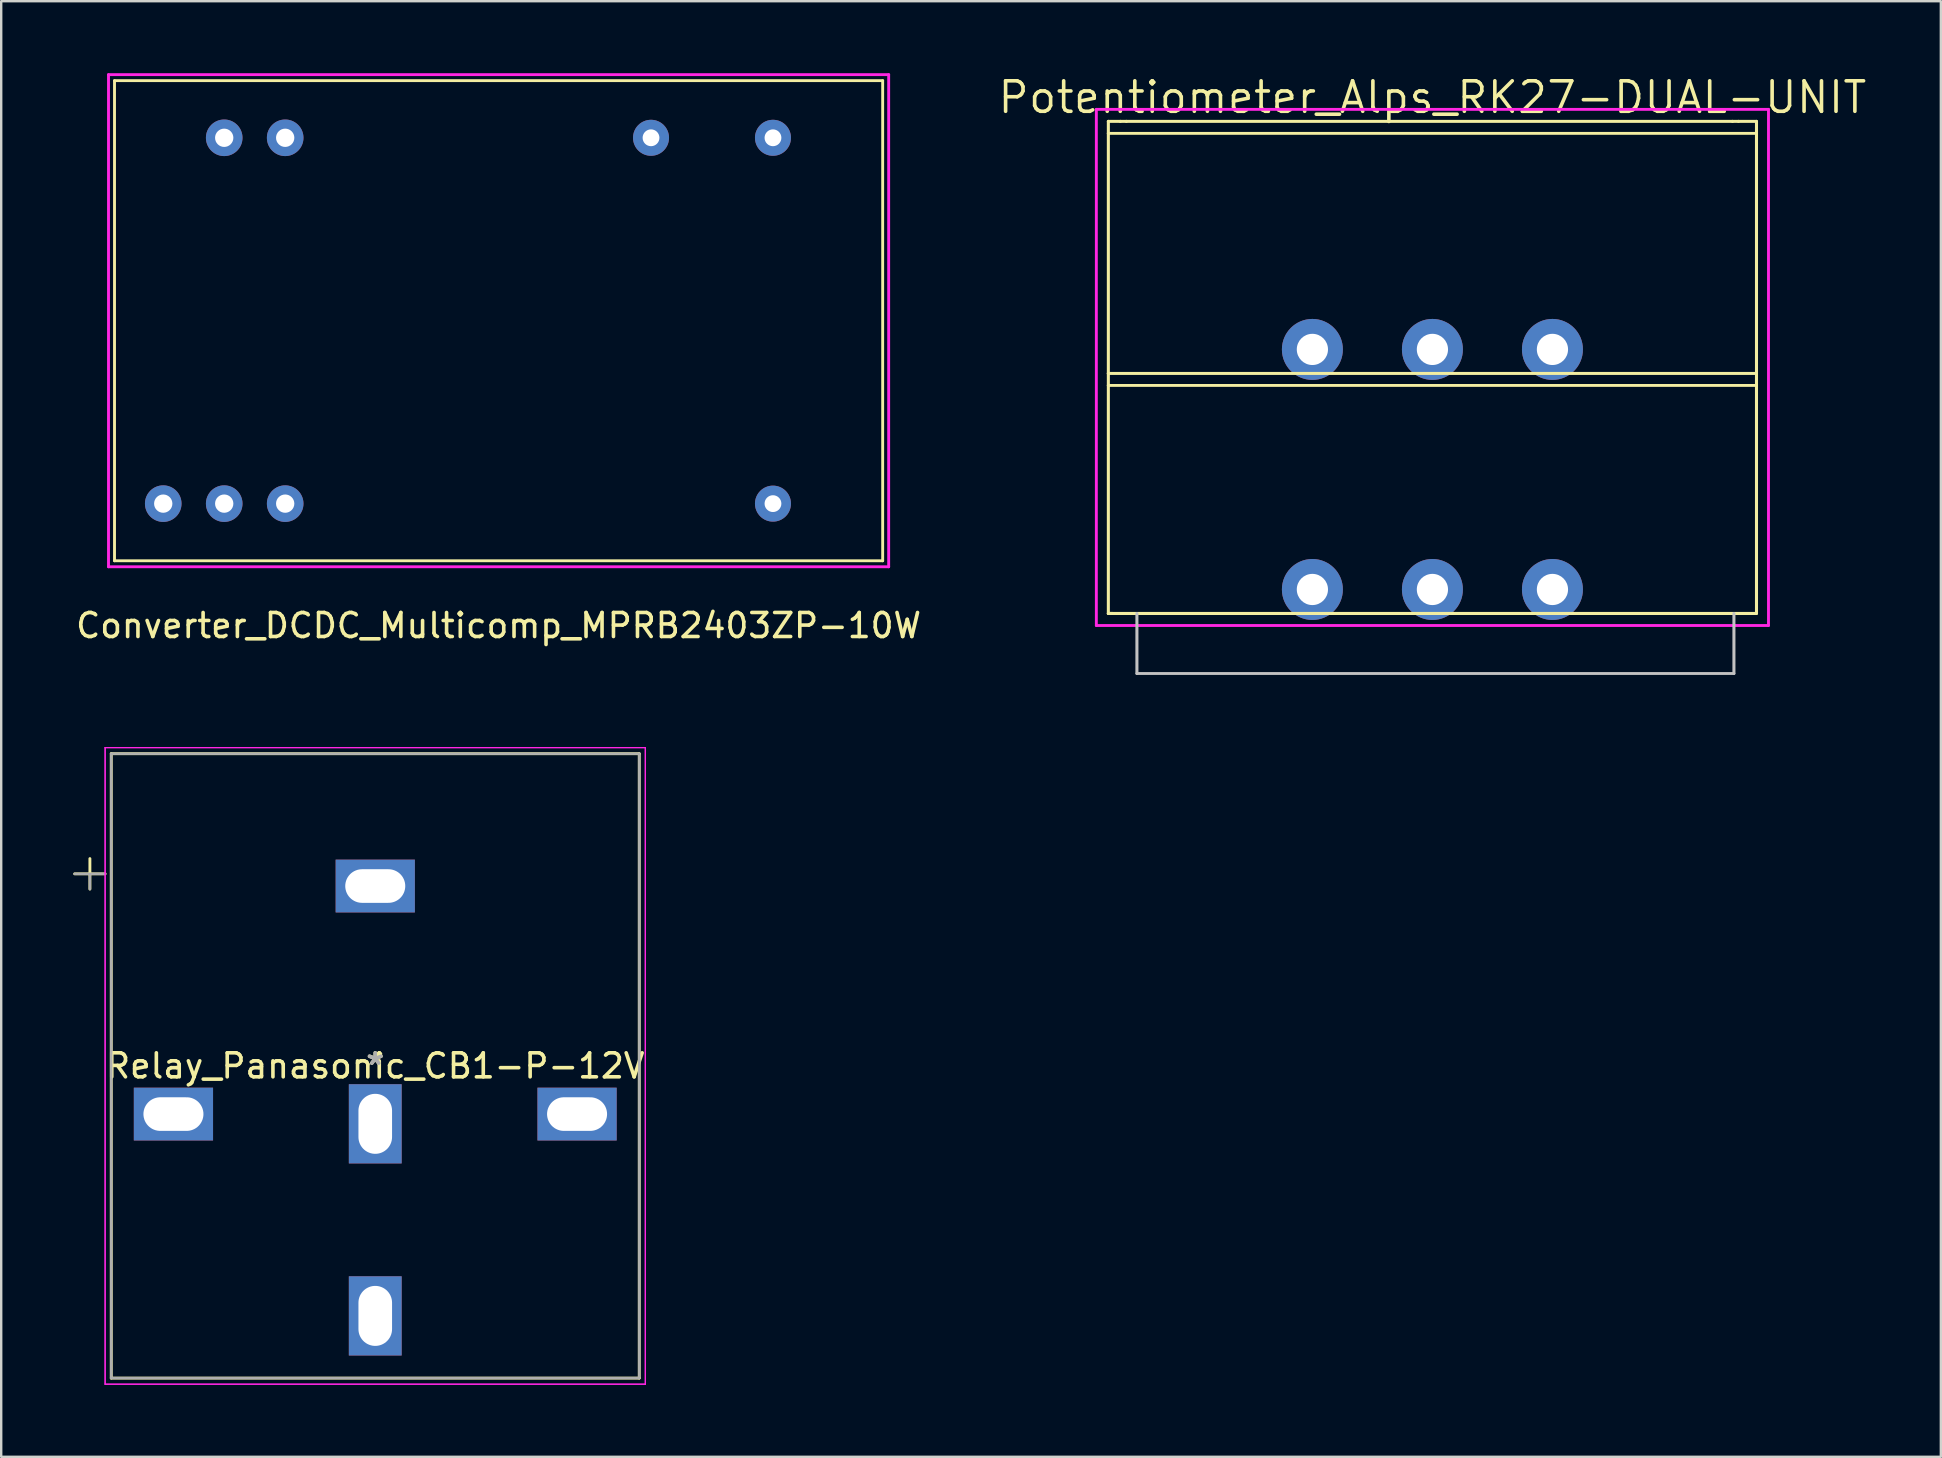
<source format=kicad_pcb>
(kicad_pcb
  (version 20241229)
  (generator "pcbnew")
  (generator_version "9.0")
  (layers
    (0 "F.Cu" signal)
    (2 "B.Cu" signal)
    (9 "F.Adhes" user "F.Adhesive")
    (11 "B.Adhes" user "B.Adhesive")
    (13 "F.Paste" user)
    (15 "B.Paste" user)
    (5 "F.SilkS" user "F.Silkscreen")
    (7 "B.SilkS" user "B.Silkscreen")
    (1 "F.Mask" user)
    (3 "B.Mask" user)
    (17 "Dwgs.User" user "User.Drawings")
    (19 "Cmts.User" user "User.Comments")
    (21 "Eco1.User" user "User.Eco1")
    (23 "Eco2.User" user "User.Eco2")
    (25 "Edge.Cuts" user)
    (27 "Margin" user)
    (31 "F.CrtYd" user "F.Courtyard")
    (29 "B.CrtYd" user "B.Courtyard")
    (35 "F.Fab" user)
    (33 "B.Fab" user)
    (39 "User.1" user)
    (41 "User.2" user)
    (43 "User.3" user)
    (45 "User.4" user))
  (footprint "Converter_DCDC_Multicomp_MPRB2403ZP-10W"
    (layer "F.Cu")
    (at 17.72 10.31)
    (property "Reference" "Converter_DCDC_Multicomp_MPRB2403ZP-10W" (at 0 12.7 0) (unlocked yes) (layer "F.SilkS") (effects (font (size 1 1) (thickness 0.15))))
    (attr through_hole)
    (fp_line (start -16 -10) (end -16 10) (stroke (width 0.12) (type solid)) (layer "F.SilkS"))
    (fp_line (start -16 10) (end 16 10) (stroke (width 0.12) (type solid)) (layer "F.SilkS"))
    (fp_line (start 16 -10) (end -16 -10) (stroke (width 0.12) (type solid)) (layer "F.SilkS"))
    (fp_line (start 16 10) (end 16 -10) (stroke (width 0.12) (type solid)) (layer "F.SilkS"))
    (fp_line (start -16.25 -10.25) (end 16.25 -10.25) (stroke (width 0.12) (type solid)) (layer "F.CrtYd"))
    (fp_line (start -16.25 10.25) (end -16.25 -10.25) (stroke (width 0.12) (type solid)) (layer "F.CrtYd"))
    (fp_line (start -16.25 10.25) (end 16.25 10.25) (stroke (width 0.12) (type solid)) (layer "F.CrtYd"))
    (fp_line (start 16.25 10.25) (end 16.25 -10.25) (stroke (width 0.12) (type solid)) (layer "F.CrtYd"))
    (pad "1" thru_hole circle (at -13.97 7.62) (size 1.524 1.524) (drill 0.762) (layers "*.Cu" "*.Mask"))
    (pad "2" thru_hole circle (at -11.43 7.62) (size 1.524 1.524) (drill 0.762) (layers "*.Cu" "*.Mask"))
    (pad "3" thru_hole circle (at -8.89 7.62) (size 1.524 1.524) (drill 0.762) (layers "*.Cu" "*.Mask"))
    (pad "11" thru_hole circle (at 11.43 7.62) (size 1.5 1.5) (drill 0.7) (layers "*.Cu" "*.Mask"))
    (pad "14" thru_hole circle (at 11.43 -7.62) (size 1.5 1.5) (drill 0.7) (layers "*.Cu" "*.Mask"))
    (pad "16" thru_hole circle (at 6.35 -7.62) (size 1.5 1.5) (drill 0.7) (layers "*.Cu" "*.Mask"))
    (pad "22" thru_hole circle (at -8.89 -7.62) (size 1.524 1.524) (drill 0.762) (layers "*.Cu" "*.Mask"))
    (pad "23" thru_hole circle (at -11.43 -7.62) (size 1.524 1.524) (drill 0.762) (layers "*.Cu" "*.Mask")))
  (footprint "Potentiometer_Alps_RK27-DUAL-UNIT"
    (layer "F.Cu")
    (at 56.621 21.506)
    (property "Reference" "Potentiometer_Alps_RK27-DUAL-UNIT" (at 0 -20.5 0) (layer "F.SilkS") (effects (font (size 1.27 1.27) (thickness 0.15))))
    (attr through_hole)
    (fp_line (start -13.5 -19.5) (end -13 -19.5) (stroke (width 0.127) (type solid)) (layer "F.SilkS"))
    (fp_line (start -13.5 -19) (end -13.5 -19.5) (stroke (width 0.127) (type solid)) (layer "F.SilkS"))
    (fp_line (start -13.5 -19) (end 13.5 -19) (stroke (width 0.12) (type solid)) (layer "F.SilkS"))
    (fp_line (start -13.5 -9) (end -13.5 -19) (stroke (width 0.127) (type solid)) (layer "F.SilkS"))
    (fp_line (start -13.5 -9) (end 13.5 -9) (stroke (width 0.127) (type solid)) (layer "F.SilkS"))
    (fp_line (start -13.5 -8.5) (end -13.5 -9) (stroke (width 0.127) (type solid)) (layer "F.SilkS"))
    (fp_line (start -13.5 -8.5) (end 13.5 -8.5) (stroke (width 0.12) (type solid)) (layer "F.SilkS"))
    (fp_line (start -13.5 1) (end -13.5 -8.5) (stroke (width 0.127) (type solid)) (layer "F.SilkS"))
    (fp_line (start -13.5 1) (end -13.31 1) (stroke (width 0.127) (type solid)) (layer "F.SilkS"))
    (fp_line (start -13.5 1) (end 12.56 1) (stroke (width 0.127) (type solid)) (layer "F.SilkS"))
    (fp_line (start -13 -19.5) (end -12.75 -19.5) (stroke (width 0.127) (type solid)) (layer "F.SilkS"))
    (fp_line (start -12.75 -19.5) (end 12.5 -19.5) (stroke (width 0.127) (type solid)) (layer "F.SilkS"))
    (fp_line (start 12.5 -19.5) (end 12.75 -19.5) (stroke (width 0.127) (type solid)) (layer "F.SilkS"))
    (fp_line (start 12.56 1) (end 13.5 1) (stroke (width 0.127) (type solid)) (layer "F.SilkS"))
    (fp_line (start 12.75 -19.5) (end 13.5 -19.5) (stroke (width 0.127) (type solid)) (layer "F.SilkS"))
    (fp_line (start 13.5 -19) (end 13.5 -19.5) (stroke (width 0.127) (type solid)) (layer "F.SilkS"))
    (fp_line (start 13.5 -9) (end 13.5 -19) (stroke (width 0.127) (type solid)) (layer "F.SilkS"))
    (fp_line (start 13.5 -8.5) (end 13.5 -9) (stroke (width 0.127) (type solid)) (layer "F.SilkS"))
    (fp_line (start 13.5 1) (end 13.5 -8.5) (stroke (width 0.127) (type solid)) (layer "F.SilkS"))
    (fp_line (start -12.31 1) (end -12.31 3.5) (stroke (width 0.127) (type solid)) (layer "Dwgs.User"))
    (fp_line (start 12.56 3.5) (end -12.31 3.5) (stroke (width 0.12) (type solid)) (layer "Dwgs.User"))
    (fp_line (start 12.56 3.5) (end 12.56 1) (stroke (width 0.127) (type solid)) (layer "Dwgs.User"))
    (fp_line (start -14 -20) (end -14 1.5) (stroke (width 0.12) (type solid)) (layer "F.CrtYd"))
    (fp_line (start -14 1.5) (end 14 1.5) (stroke (width 0.12) (type solid)) (layer "F.CrtYd"))
    (fp_line (start 14 -20) (end -14 -20) (stroke (width 0.12) (type solid)) (layer "F.CrtYd"))
    (fp_line (start 14 1.5) (end 14 -20) (stroke (width 0.12) (type solid)) (layer "F.CrtYd"))
    (pad "1" thru_hole circle (at -5 0) (size 2.54 2.54) (drill 1.3) (layers "*.Cu" "*.Mask"))
    (pad "2" thru_hole circle (at 0 0) (size 2.54 2.54) (drill 1.3) (layers "*.Cu" "*.Mask"))
    (pad "3" thru_hole circle (at 5 0) (size 2.54 2.54) (drill 1.3) (layers "*.Cu" "*.Mask"))
    (pad "4" thru_hole circle (at -5 -10) (size 2.54 2.54) (drill 1.3) (layers "*.Cu" "*.Mask"))
    (pad "5" thru_hole circle (at 0 -10) (size 2.54 2.54) (drill 1.3) (layers "*.Cu" "*.Mask"))
    (pad "6" thru_hole circle (at 5 -10) (size 2.54 2.54) (drill 1.3) (layers "*.Cu" "*.Mask")))
  (footprint "Relay_Panasonic_CB1-P-12V"
    (layer "F.Cu")
    (at 12.582 41.353)
    (property "Reference" "Relay_Panasonic_CB1-P-12V" (at 0 0 0) (layer "F.SilkS") (effects (font (size 1 1) (thickness 0.15))))
    (attr through_hole)
    (fp_line (start -12.522 -8.001) (end -11.252 -8.001) (stroke (width 0.12) (type solid)) (layer "F.SilkS"))
    (fp_line (start -11.887 -8.636) (end -11.887 -7.366) (stroke (width 0.12) (type solid)) (layer "F.SilkS"))
    (fp_line (start -10.998 -13.005) (end -10.998 13.005) (stroke (width 0.12) (type solid)) (layer "F.SilkS"))
    (fp_line (start 10.998 -13.005) (end -10.998 -13.005) (stroke (width 0.12) (type solid)) (layer "F.SilkS"))
    (fp_line (start 10.998 -13.005) (end 10.998 13.005) (stroke (width 0.12) (type solid)) (layer "F.SilkS"))
    (fp_line (start 10.998 13.005) (end -10.998 13.005) (stroke (width 0.12) (type solid)) (layer "F.SilkS"))
    (fp_line (start -11.252 -13.259) (end -11.252 13.259) (stroke (width 0.05) (type solid)) (layer "F.CrtYd"))
    (fp_line (start -11.252 -13.259) (end -11.252 13.259) (stroke (width 0.05) (type solid)) (layer "F.CrtYd"))
    (fp_line (start -11.252 13.259) (end 11.252 13.259) (stroke (width 0.05) (type solid)) (layer "F.CrtYd"))
    (fp_line (start -11.252 13.259) (end 11.252 13.259) (stroke (width 0.05) (type solid)) (layer "F.CrtYd"))
    (fp_line (start 11.252 -13.259) (end -11.252 -13.259) (stroke (width 0.05) (type solid)) (layer "F.CrtYd"))
    (fp_line (start 11.252 -13.259) (end -11.252 -13.259) (stroke (width 0.05) (type solid)) (layer "F.CrtYd"))
    (fp_line (start 11.252 13.259) (end 11.252 -13.259) (stroke (width 0.05) (type solid)) (layer "F.CrtYd"))
    (fp_line (start 11.252 13.259) (end 11.252 -13.259) (stroke (width 0.05) (type solid)) (layer "F.CrtYd"))
    (fp_line (start -12.522 -8.001) (end -11.252 -8.001) (stroke (width 0.1) (type solid)) (layer "F.Fab"))
    (fp_line (start -11.887 -8.001) (end -11.887 -7.366) (stroke (width 0.1) (type solid)) (layer "F.Fab"))
    (fp_line (start -10.998 -13.005) (end -10.998 13.005) (stroke (width 0.1) (type solid)) (layer "F.Fab"))
    (fp_line (start 10.998 -13.005) (end -10.998 -13.005) (stroke (width 0.1) (type solid)) (layer "F.Fab"))
    (fp_line (start 10.998 -13.005) (end 10.998 13.005) (stroke (width 0.1) (type solid)) (layer "F.Fab"))
    (fp_line (start 10.998 13.005) (end -10.998 13.005) (stroke (width 0.1) (type solid)) (layer "F.Fab"))
    (fp_text user "*" (at 0 0 0) (layer "F.SilkS") (effects (font (size 1 1) (thickness 0.15))))
    (fp_text user "*" (at 0 0 0) (layer "F.Fab") (effects (font (size 1 1) (thickness 0.15))))
    (pad "1" thru_hole rect (at 0 -7.493 180) (size 3.3 2.2) (drill oval 2.5 1.4) (layers "*.Cu" "*.Mask"))
    (pad "2" thru_hole rect (at 8.407 2.007 180) (size 3.3 2.2) (drill oval 2.5 1.4) (layers "*.Cu" "*.Mask"))
    (pad "3" thru_hole rect (at 0 10.414 90) (size 3.3 2.2) (drill oval 2.5 1.4) (layers "*.Cu" "*.Mask"))
    (pad "4" thru_hole rect (at -8.407 2.007 180) (size 3.3 2.2) (drill oval 2.5 1.4) (layers "*.Cu" "*.Mask"))
    (pad "5" thru_hole rect (at 0 2.413 270) (size 3.3 2.2) (drill oval 2.5 1.4) (layers "*.Cu" "*.Mask")))
  (gr_rect
    (start -3 -3)
    (end 77.801 57.637)
    (stroke (width 0.1) (type default))
    (fill no)
    (layer "Edge.Cuts")))
</source>
